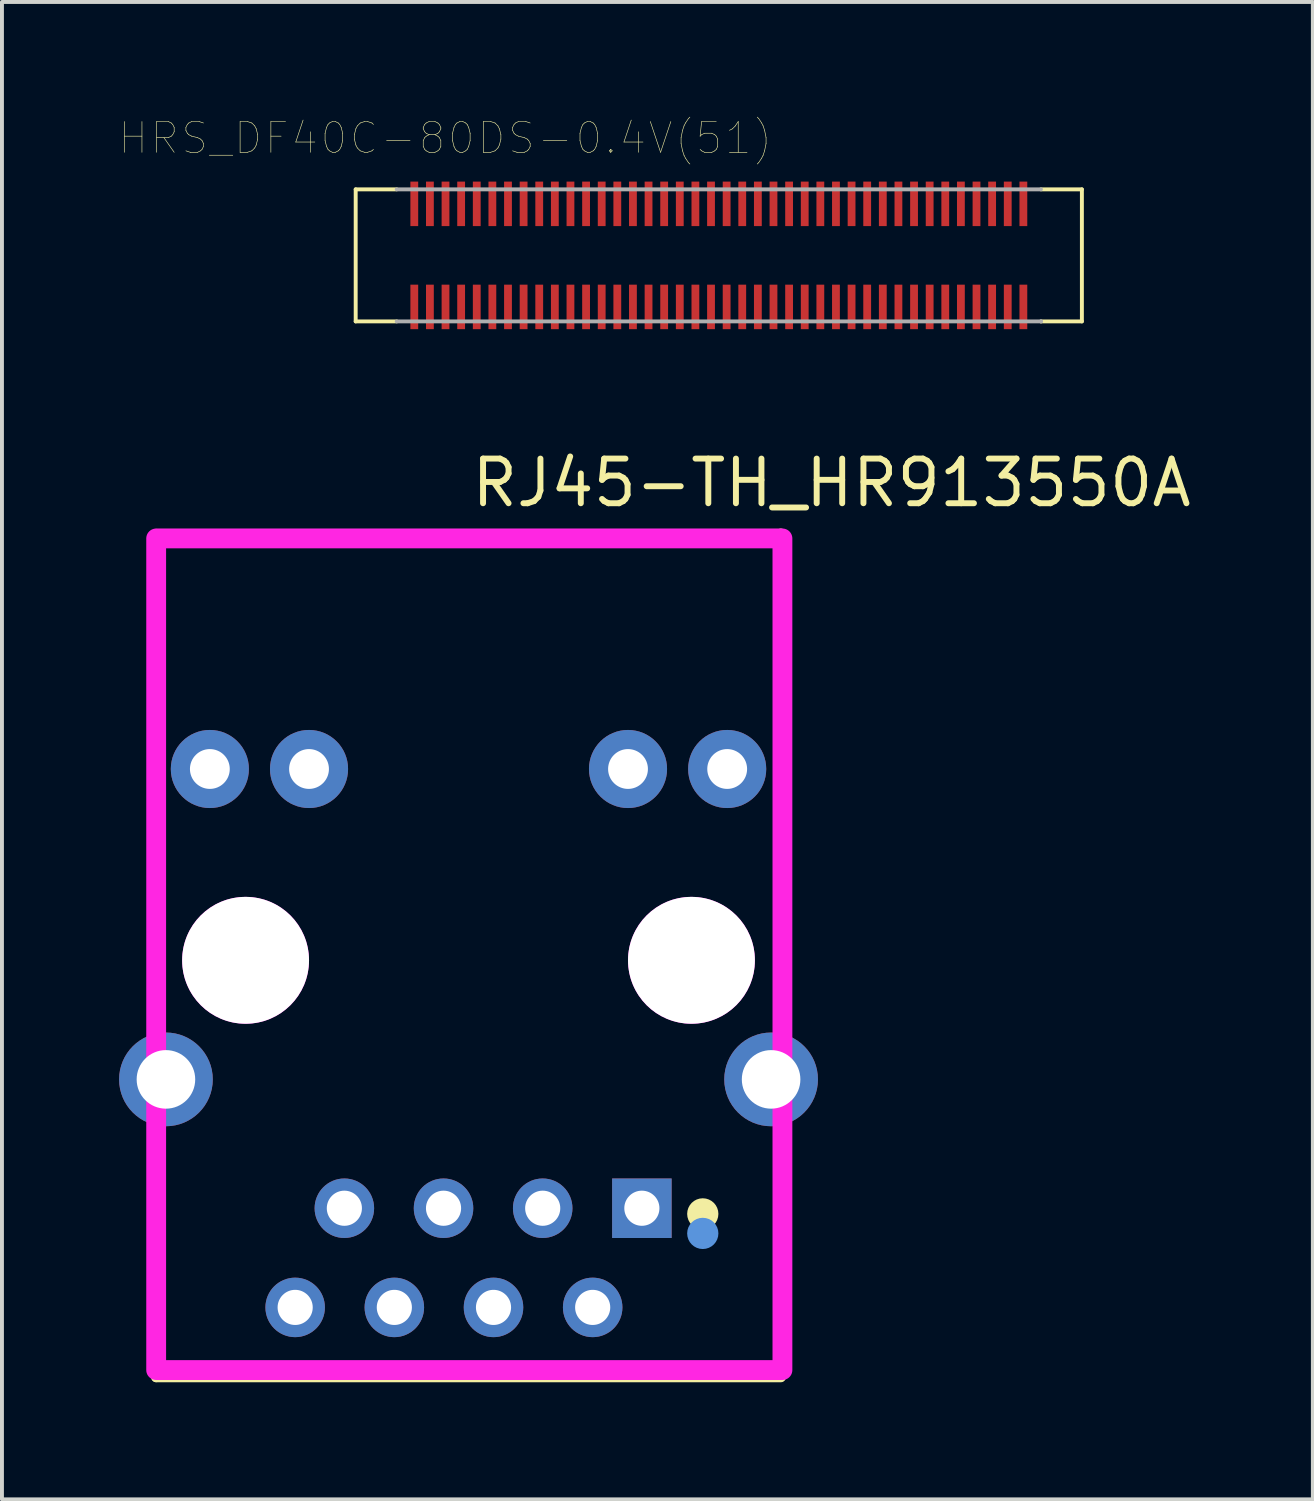
<source format=kicad_pcb>
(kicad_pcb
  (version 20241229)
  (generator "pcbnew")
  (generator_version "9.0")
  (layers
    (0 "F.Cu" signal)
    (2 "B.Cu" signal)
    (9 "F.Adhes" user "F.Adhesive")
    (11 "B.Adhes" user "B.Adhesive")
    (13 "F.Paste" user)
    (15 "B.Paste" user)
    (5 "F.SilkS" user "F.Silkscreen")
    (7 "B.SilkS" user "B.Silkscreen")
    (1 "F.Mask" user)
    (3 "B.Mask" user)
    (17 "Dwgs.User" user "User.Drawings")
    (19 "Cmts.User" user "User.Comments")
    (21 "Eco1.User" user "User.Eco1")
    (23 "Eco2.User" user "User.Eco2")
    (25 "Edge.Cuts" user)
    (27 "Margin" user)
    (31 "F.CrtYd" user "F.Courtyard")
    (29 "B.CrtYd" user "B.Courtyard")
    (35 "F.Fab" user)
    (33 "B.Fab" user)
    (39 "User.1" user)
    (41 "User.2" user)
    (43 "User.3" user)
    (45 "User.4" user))
  (footprint "HRS_DF40C-80DS-0.4V(51)"
    (layer "F.Cu")
    (at 15.361 3.491)
    (property "Reference" "HRS_DF40C-80DS-0.4V(51)" (at -7.008 -3.004 0) (layer "F.SilkS") (effects (font (size 0.788 0.788) (thickness 0.015))))
    (attr through_hole)
    (fp_line (start -9.301 -1.691) (end -9.301 1.691) (stroke (width 0.1) (type solid)) (layer "F.SilkS"))
    (fp_line (start -9.301 1.691) (end -8.25 1.691) (stroke (width 0.1) (type solid)) (layer "F.SilkS"))
    (fp_line (start -8.25 -1.691) (end -9.301 -1.691) (stroke (width 0.1) (type solid)) (layer "F.SilkS"))
    (fp_line (start 8.251 1.691) (end 9.299 1.691) (stroke (width 0.1) (type solid)) (layer "F.SilkS"))
    (fp_line (start 9.299 -1.691) (end 8.25 -1.691) (stroke (width 0.1) (type solid)) (layer "F.SilkS"))
    (fp_line (start 9.299 1.691) (end 9.299 -1.691) (stroke (width 0.1) (type solid)) (layer "F.SilkS"))
    (fp_line (start -8.25 1.691) (end 8.251 1.691) (stroke (width 0.1) (type solid)) (layer "F.Fab"))
    (fp_line (start 8.25 -1.691) (end -8.25 -1.691) (stroke (width 0.1) (type solid)) (layer "F.Fab"))
    (fp_line (start 8.251 1.691) (end 8.251 1.691) (stroke (width 0.1) (type solid)) (layer "F.Fab"))
    (pad "1" smd rect (at -7.8 1.32) (size 0.2 1.14) (layers "F.Cu" "F.Mask" "F.Paste"))
    (pad "2" smd rect (at -7.8 -1.32) (size 0.2 1.14) (layers "F.Cu" "F.Mask" "F.Paste"))
    (pad "3" smd rect (at -7.4 1.32) (size 0.2 1.14) (layers "F.Cu" "F.Mask" "F.Paste"))
    (pad "4" smd rect (at -7.4 -1.32) (size 0.2 1.14) (layers "F.Cu" "F.Mask" "F.Paste"))
    (pad "5" smd rect (at -7 1.32) (size 0.2 1.14) (layers "F.Cu" "F.Mask" "F.Paste"))
    (pad "6" smd rect (at -7 -1.32) (size 0.2 1.14) (layers "F.Cu" "F.Mask" "F.Paste"))
    (pad "7" smd rect (at -6.6 1.32) (size 0.2 1.14) (layers "F.Cu" "F.Mask" "F.Paste"))
    (pad "8" smd rect (at -6.6 -1.32) (size 0.2 1.14) (layers "F.Cu" "F.Mask" "F.Paste"))
    (pad "9" smd rect (at -6.2 1.32) (size 0.2 1.14) (layers "F.Cu" "F.Mask" "F.Paste"))
    (pad "10" smd rect (at -6.2 -1.32) (size 0.2 1.14) (layers "F.Cu" "F.Mask" "F.Paste"))
    (pad "11" smd rect (at -5.8 1.32) (size 0.2 1.14) (layers "F.Cu" "F.Mask" "F.Paste"))
    (pad "12" smd rect (at -5.8 -1.32) (size 0.2 1.14) (layers "F.Cu" "F.Mask" "F.Paste"))
    (pad "13" smd rect (at -5.4 1.32) (size 0.2 1.14) (layers "F.Cu" "F.Mask" "F.Paste"))
    (pad "14" smd rect (at -5.4 -1.32) (size 0.2 1.14) (layers "F.Cu" "F.Mask" "F.Paste"))
    (pad "15" smd rect (at -5 1.32) (size 0.2 1.14) (layers "F.Cu" "F.Mask" "F.Paste"))
    (pad "16" smd rect (at -5 -1.32) (size 0.2 1.14) (layers "F.Cu" "F.Mask" "F.Paste"))
    (pad "17" smd rect (at -4.6 1.32) (size 0.2 1.14) (layers "F.Cu" "F.Mask" "F.Paste"))
    (pad "18" smd rect (at -4.6 -1.32) (size 0.2 1.14) (layers "F.Cu" "F.Mask" "F.Paste"))
    (pad "19" smd rect (at -4.2 1.32) (size 0.2 1.14) (layers "F.Cu" "F.Mask" "F.Paste"))
    (pad "20" smd rect (at -4.2 -1.32) (size 0.2 1.14) (layers "F.Cu" "F.Mask" "F.Paste"))
    (pad "21" smd rect (at -3.8 1.32) (size 0.2 1.14) (layers "F.Cu" "F.Mask" "F.Paste"))
    (pad "22" smd rect (at -3.8 -1.32) (size 0.2 1.14) (layers "F.Cu" "F.Mask" "F.Paste"))
    (pad "23" smd rect (at -3.4 1.32) (size 0.2 1.14) (layers "F.Cu" "F.Mask" "F.Paste"))
    (pad "24" smd rect (at -3.4 -1.32) (size 0.2 1.14) (layers "F.Cu" "F.Mask" "F.Paste"))
    (pad "25" smd rect (at -3 1.32) (size 0.2 1.14) (layers "F.Cu" "F.Mask" "F.Paste"))
    (pad "26" smd rect (at -3 -1.32) (size 0.2 1.14) (layers "F.Cu" "F.Mask" "F.Paste"))
    (pad "27" smd rect (at -2.6 1.32) (size 0.2 1.14) (layers "F.Cu" "F.Mask" "F.Paste"))
    (pad "28" smd rect (at -2.6 -1.32) (size 0.2 1.14) (layers "F.Cu" "F.Mask" "F.Paste"))
    (pad "29" smd rect (at -2.2 1.32) (size 0.2 1.14) (layers "F.Cu" "F.Mask" "F.Paste"))
    (pad "30" smd rect (at -2.2 -1.32) (size 0.2 1.14) (layers "F.Cu" "F.Mask" "F.Paste"))
    (pad "31" smd rect (at -1.8 1.32) (size 0.2 1.14) (layers "F.Cu" "F.Mask" "F.Paste"))
    (pad "32" smd rect (at -1.8 -1.32) (size 0.2 1.14) (layers "F.Cu" "F.Mask" "F.Paste"))
    (pad "33" smd rect (at -1.4 1.32) (size 0.2 1.14) (layers "F.Cu" "F.Mask" "F.Paste"))
    (pad "34" smd rect (at -1.4 -1.32) (size 0.2 1.14) (layers "F.Cu" "F.Mask" "F.Paste"))
    (pad "35" smd rect (at -1 1.32) (size 0.2 1.14) (layers "F.Cu" "F.Mask" "F.Paste"))
    (pad "36" smd rect (at -1 -1.32) (size 0.2 1.14) (layers "F.Cu" "F.Mask" "F.Paste"))
    (pad "37" smd rect (at -0.6 1.32) (size 0.2 1.14) (layers "F.Cu" "F.Mask" "F.Paste"))
    (pad "38" smd rect (at -0.6 -1.32) (size 0.2 1.14) (layers "F.Cu" "F.Mask" "F.Paste"))
    (pad "39" smd rect (at -0.2 1.32) (size 0.2 1.14) (layers "F.Cu" "F.Mask" "F.Paste"))
    (pad "40" smd rect (at -0.2 -1.32) (size 0.2 1.14) (layers "F.Cu" "F.Mask" "F.Paste"))
    (pad "41" smd rect (at 0.2 1.32) (size 0.2 1.14) (layers "F.Cu" "F.Mask" "F.Paste"))
    (pad "42" smd rect (at 0.2 -1.32) (size 0.2 1.14) (layers "F.Cu" "F.Mask" "F.Paste"))
    (pad "43" smd rect (at 0.6 1.32) (size 0.2 1.14) (layers "F.Cu" "F.Mask" "F.Paste"))
    (pad "44" smd rect (at 0.6 -1.32) (size 0.2 1.14) (layers "F.Cu" "F.Mask" "F.Paste"))
    (pad "45" smd rect (at 1 1.32) (size 0.2 1.14) (layers "F.Cu" "F.Mask" "F.Paste"))
    (pad "46" smd rect (at 1 -1.32) (size 0.2 1.14) (layers "F.Cu" "F.Mask" "F.Paste"))
    (pad "47" smd rect (at 1.4 1.32) (size 0.2 1.14) (layers "F.Cu" "F.Mask" "F.Paste"))
    (pad "48" smd rect (at 1.4 -1.32) (size 0.2 1.14) (layers "F.Cu" "F.Mask" "F.Paste"))
    (pad "49" smd rect (at 1.8 1.32) (size 0.2 1.14) (layers "F.Cu" "F.Mask" "F.Paste"))
    (pad "50" smd rect (at 1.8 -1.32) (size 0.2 1.14) (layers "F.Cu" "F.Mask" "F.Paste"))
    (pad "51" smd rect (at 2.2 1.32) (size 0.2 1.14) (layers "F.Cu" "F.Mask" "F.Paste"))
    (pad "52" smd rect (at 2.2 -1.32) (size 0.2 1.14) (layers "F.Cu" "F.Mask" "F.Paste"))
    (pad "53" smd rect (at 2.6 1.32) (size 0.2 1.14) (layers "F.Cu" "F.Mask" "F.Paste"))
    (pad "54" smd rect (at 2.6 -1.32) (size 0.2 1.14) (layers "F.Cu" "F.Mask" "F.Paste"))
    (pad "55" smd rect (at 3 1.32) (size 0.2 1.14) (layers "F.Cu" "F.Mask" "F.Paste"))
    (pad "56" smd rect (at 3 -1.32) (size 0.2 1.14) (layers "F.Cu" "F.Mask" "F.Paste"))
    (pad "57" smd rect (at 3.4 1.32) (size 0.2 1.14) (layers "F.Cu" "F.Mask" "F.Paste"))
    (pad "58" smd rect (at 3.4 -1.32) (size 0.2 1.14) (layers "F.Cu" "F.Mask" "F.Paste"))
    (pad "59" smd rect (at 3.8 1.32) (size 0.2 1.14) (layers "F.Cu" "F.Mask" "F.Paste"))
    (pad "60" smd rect (at 3.8 -1.32) (size 0.2 1.14) (layers "F.Cu" "F.Mask" "F.Paste"))
    (pad "61" smd rect (at 4.2 1.32) (size 0.2 1.14) (layers "F.Cu" "F.Mask" "F.Paste"))
    (pad "62" smd rect (at 4.2 -1.32) (size 0.2 1.14) (layers "F.Cu" "F.Mask" "F.Paste"))
    (pad "63" smd rect (at 4.6 1.32) (size 0.2 1.14) (layers "F.Cu" "F.Mask" "F.Paste"))
    (pad "64" smd rect (at 4.6 -1.32) (size 0.2 1.14) (layers "F.Cu" "F.Mask" "F.Paste"))
    (pad "65" smd rect (at 5 1.32) (size 0.2 1.14) (layers "F.Cu" "F.Mask" "F.Paste"))
    (pad "66" smd rect (at 5 -1.32) (size 0.2 1.14) (layers "F.Cu" "F.Mask" "F.Paste"))
    (pad "67" smd rect (at 5.4 1.32) (size 0.2 1.14) (layers "F.Cu" "F.Mask" "F.Paste"))
    (pad "68" smd rect (at 5.4 -1.32) (size 0.2 1.14) (layers "F.Cu" "F.Mask" "F.Paste"))
    (pad "69" smd rect (at 5.8 1.32) (size 0.2 1.14) (layers "F.Cu" "F.Mask" "F.Paste"))
    (pad "70" smd rect (at 5.8 -1.32) (size 0.2 1.14) (layers "F.Cu" "F.Mask" "F.Paste"))
    (pad "71" smd rect (at 6.2 1.32) (size 0.2 1.14) (layers "F.Cu" "F.Mask" "F.Paste"))
    (pad "72" smd rect (at 6.2 -1.32) (size 0.2 1.14) (layers "F.Cu" "F.Mask" "F.Paste"))
    (pad "73" smd rect (at 6.6 1.32) (size 0.2 1.14) (layers "F.Cu" "F.Mask" "F.Paste"))
    (pad "74" smd rect (at 6.6 -1.32) (size 0.2 1.14) (layers "F.Cu" "F.Mask" "F.Paste"))
    (pad "75" smd rect (at 7 1.32) (size 0.2 1.14) (layers "F.Cu" "F.Mask" "F.Paste"))
    (pad "76" smd rect (at 7 -1.32) (size 0.2 1.14) (layers "F.Cu" "F.Mask" "F.Paste"))
    (pad "77" smd rect (at 7.4 1.32) (size 0.2 1.14) (layers "F.Cu" "F.Mask" "F.Paste"))
    (pad "78" smd rect (at 7.4 -1.32) (size 0.2 1.14) (layers "F.Cu" "F.Mask" "F.Paste"))
    (pad "79" smd rect (at 7.8 1.32) (size 0.2 1.14) (layers "F.Cu" "F.Mask" "F.Paste"))
    (pad "80" smd rect (at 7.8 -1.32) (size 0.2 1.14) (layers "F.Cu" "F.Mask" "F.Paste")))
  (footprint "RJ45-TH_HR913550A"
    (layer "F.Cu")
    (at 8.95 23.541)
    (property "Reference" "RJ45-TH_HR913550A" (at 0 -14.223 0) (layer "F.SilkS") (effects (font (size 1.143 1.143) (thickness 0.152)) (justify left)))
    (attr through_hole)
    (fp_line (start -8 -12.917) (end -8 8.683) (stroke (width 0.254) (type solid)) (layer "F.SilkS"))
    (fp_line (start -8 -12.917) (end 8 -12.917) (stroke (width 0.254) (type solid)) (layer "F.SilkS"))
    (fp_line (start -8 8.685) (end 8 8.685) (stroke (width 0.254) (type solid)) (layer "F.SilkS"))
    (fp_line (start 8 -12.927) (end 8 8.673) (stroke (width 0.254) (type solid)) (layer "F.SilkS"))
    (fp_circle (center 6 4.5) (end 6 4.7) (stroke (width 0.4) (type solid)) (fill no) (layer "F.SilkS"))
    (fp_circle (center -5.71 -1.995) (end -5.71 -1.245) (stroke (width 1.5) (type solid)) (fill no) (layer "Cmts.User"))
    (fp_circle (center 5.71 -1.995) (end 5.71 -1.245) (stroke (width 1.5) (type solid)) (fill no) (layer "Cmts.User"))
    (fp_circle (center 6 5) (end 6 5.2) (stroke (width 0.4) (type solid)) (fill no) (layer "Cmts.User"))
    (fp_circle (center -5.71 -1.995) (end -5.71 -1.182) (stroke (width 1.625) (type solid)) (fill no) (layer "F.CrtYd"))
    (fp_circle (center 5.71 -1.995) (end 5.71 -1.182) (stroke (width 1.625) (type solid)) (fill no) (layer "F.CrtYd"))
    (fp_poly (pts (xy -8 8.5) (xy -8 -12.8) (xy 8.04 -12.8) (xy 8.04 8.5)) (stroke (width 0.508) (type solid)) (fill no) (layer "F.CrtYd"))
    (pad "" np_thru_hole circle (at -5.71 -1.995) (size 3.25 3.25) (drill 3.25) (layers "*.Cu" "*.Mask"))
    (pad "" np_thru_hole circle (at 5.71 -1.995) (size 3.25 3.25) (drill 3.25) (layers "*.Cu" "*.Mask"))
    (pad "1" thru_hole rect (at 4.44 4.355 90) (size 1.524 1.524) (drill 0.9) (layers "*.Cu" "*.Mask"))
    (pad "2" thru_hole circle (at 3.18 6.895 90) (size 1.524 1.524) (drill 0.9) (layers "*.Cu" "*.Mask"))
    (pad "3" thru_hole circle (at 1.9 4.355 90) (size 1.524 1.524) (drill 0.9) (layers "*.Cu" "*.Mask"))
    (pad "4" thru_hole circle (at 0.64 6.895 90) (size 1.524 1.524) (drill 0.9) (layers "*.Cu" "*.Mask"))
    (pad "5" thru_hole circle (at -0.64 4.355 90) (size 1.524 1.524) (drill 0.9) (layers "*.Cu" "*.Mask"))
    (pad "6" thru_hole circle (at -1.9 6.895 90) (size 1.524 1.524) (drill 0.9) (layers "*.Cu" "*.Mask"))
    (pad "7" thru_hole circle (at -3.18 4.355 90) (size 1.524 1.524) (drill 0.9) (layers "*.Cu" "*.Mask"))
    (pad "8" thru_hole circle (at -4.44 6.895 90) (size 1.524 1.524) (drill 0.9) (layers "*.Cu" "*.Mask"))
    (pad "9" thru_hole circle (at 6.625 -6.895 90) (size 2 2) (drill 1.02) (layers "*.Cu" "*.Mask"))
    (pad "10" thru_hole circle (at 4.085 -6.895 90) (size 2 2) (drill 1.02) (layers "*.Cu" "*.Mask"))
    (pad "11" thru_hole circle (at -4.085 -6.895 90) (size 2 2) (drill 1.02) (layers "*.Cu" "*.Mask"))
    (pad "12" thru_hole circle (at -6.625 -6.895 90) (size 2 2) (drill 1.02) (layers "*.Cu" "*.Mask"))
    (pad "13" thru_hole circle (at 7.75 1.055 90) (size 2.4 2.4) (drill 1.5) (layers "*.Cu" "*.Mask"))
    (pad "14" thru_hole circle (at -7.75 1.055 90) (size 2.4 2.4) (drill 1.5) (layers "*.Cu" "*.Mask")))
  (gr_rect
    (start -3 -3)
    (end 30.576 35.352)
    (stroke (width 0.1) (type default))
    (fill no)
    (layer "Edge.Cuts")))
</source>
